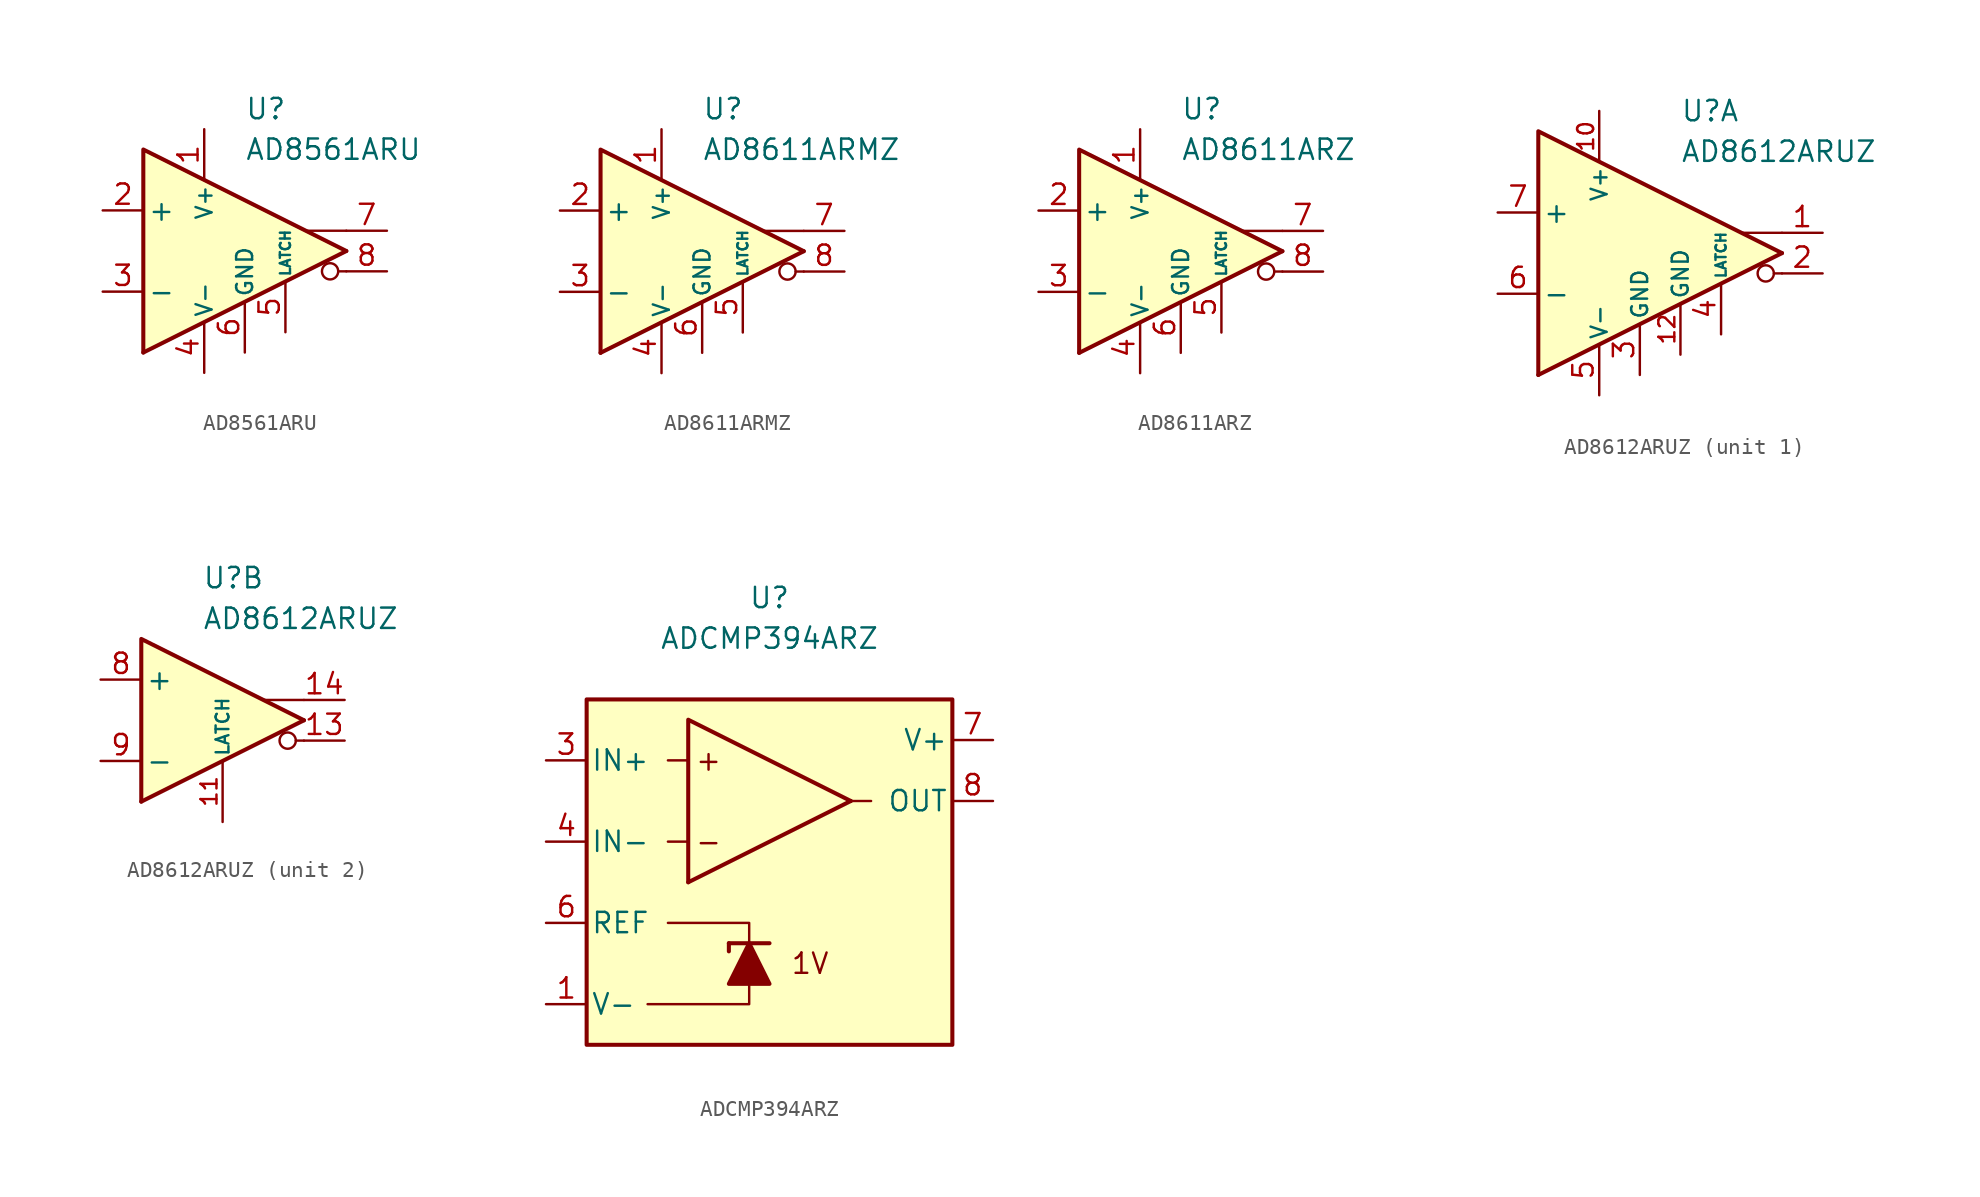
<source format=kicad_sym>
(kicad_symbol_lib
  (version 20211014)
  (generator kicad_symbol_editor)
  (symbol "AD8561ARU"
    (pin_names
      (offset 0.254))
    (property "Reference" "U"
      (at 0 8.89 0)
      (effects (font (size 1.27 1.27)) (justify left)))
    (property "Value" "AD8561ARU"
      (at 0 6.35 0)
      (effects (font (size 1.27 1.27)) (justify left)))
    (symbol "AD8561ARU_0_0"
      (polyline (pts (xy 6.35 -1.27) (xy 5.842 -1.27)) (stroke (width 0.152) (type default) (color 0 0 0 0)) (fill (type none)))
      (polyline (pts (xy 6.35 0) (xy -6.35 -6.35)) (stroke (width 0.254) (type default) (color 0 0 0 0)) (fill (type none)))
      (polyline (pts (xy 6.35 1.27) (xy 3.81 1.27)) (stroke (width 0.152) (type default) (color 0 0 0 0)) (fill (type none)))
      (polyline (pts (xy 6.35 0) (xy -6.35 6.35) (xy -6.35 -6.35)) (stroke (width 0.254) (type default) (color 0 0 0 0)) (fill (type background)))
      (circle (center 5.334 -1.27) (radius 0.508) (stroke (width 0.152) (type default) (color 0 0 0 0)) (fill (type none))))
    (symbol "AD8561ARU_1_1"
      (pin power_in line (at -2.54 7.62 270) (length 3.18) (name "V+" (effects (font (size 1 1)))) (number "1" (effects (font (size 1.27 1.27)))))
      (pin input line (at -8.89 2.54 0) (length 2.54) (name "+" (effects (font (size 1.27 1.27)))) (number "2" (effects (font (size 1.27 1.27)))))
      (pin input line (at -8.89 -2.54 0) (length 2.54) (name "-" (effects (font (size 1.27 1.27)))) (number "3" (effects (font (size 1.27 1.27)))))
      (pin power_in line (at -2.54 -7.62 90) (length 3.18) (name "V-" (effects (font (size 1 1)))) (number "4" (effects (font (size 1.27 1.27)))))
      (pin input line (at 2.54 -5.08 90) (length 3.18) (name "LATCH" (effects (font (size 0.635 0.635)))) (number "5" (effects (font (size 1.27 1.27)))))
      (pin power_in line (at 0 -6.35 90) (length 3.18) (name "GND" (effects (font (size 1 1)))) (number "6" (effects (font (size 1.27 1.27)))))
      (pin output line (at 8.89 1.27 180) (length 2.54) (name "~" (effects (font (size 1.27 1.27)))) (number "7" (effects (font (size 1.27 1.27)))))
      (pin output line (at 8.89 -1.27 180) (length 2.54) (name "~" (effects (font (size 1.27 1.27)))) (number "8" (effects (font (size 1.27 1.27)))))))
  (symbol "AD8611ARMZ"
    (pin_names
      (offset 0.254))
    (property "Reference" "U"
      (at 0 8.89 0)
      (effects (font (size 1.27 1.27)) (justify left)))
    (property "Value" "AD8611ARMZ"
      (at 0 6.35 0)
      (effects (font (size 1.27 1.27)) (justify left)))
    (symbol "AD8611ARMZ_0_0"
      (polyline (pts (xy 6.35 -1.27) (xy 5.842 -1.27)) (stroke (width 0.152) (type default) (color 0 0 0 0)) (fill (type none)))
      (polyline (pts (xy 6.35 0) (xy -6.35 -6.35)) (stroke (width 0.254) (type default) (color 0 0 0 0)) (fill (type none)))
      (polyline (pts (xy 6.35 1.27) (xy 3.81 1.27)) (stroke (width 0.152) (type default) (color 0 0 0 0)) (fill (type none)))
      (polyline (pts (xy 6.35 0) (xy -6.35 6.35) (xy -6.35 -6.35)) (stroke (width 0.254) (type default) (color 0 0 0 0)) (fill (type background)))
      (circle (center 5.334 -1.27) (radius 0.508) (stroke (width 0.152) (type default) (color 0 0 0 0)) (fill (type none))))
    (symbol "AD8611ARMZ_1_1"
      (pin power_in line (at -2.54 7.62 270) (length 3.18) (name "V+" (effects (font (size 1 1)))) (number "1" (effects (font (size 1.27 1.27)))))
      (pin input line (at -8.89 2.54 0) (length 2.54) (name "+" (effects (font (size 1.27 1.27)))) (number "2" (effects (font (size 1.27 1.27)))))
      (pin input line (at -8.89 -2.54 0) (length 2.54) (name "-" (effects (font (size 1.27 1.27)))) (number "3" (effects (font (size 1.27 1.27)))))
      (pin power_in line (at -2.54 -7.62 90) (length 3.18) (name "V-" (effects (font (size 1 1)))) (number "4" (effects (font (size 1.27 1.27)))))
      (pin input line (at 2.54 -5.08 90) (length 3.18) (name "LATCH" (effects (font (size 0.635 0.635)))) (number "5" (effects (font (size 1.27 1.27)))))
      (pin power_in line (at 0 -6.35 90) (length 3.18) (name "GND" (effects (font (size 1 1)))) (number "6" (effects (font (size 1.27 1.27)))))
      (pin output line (at 8.89 1.27 180) (length 2.54) (name "~" (effects (font (size 1.27 1.27)))) (number "7" (effects (font (size 1.27 1.27)))))
      (pin output line (at 8.89 -1.27 180) (length 2.54) (name "~" (effects (font (size 1.27 1.27)))) (number "8" (effects (font (size 1.27 1.27)))))))
  (symbol "AD8611ARZ"
    (pin_names
      (offset 0.254))
    (property "Reference" "U"
      (at 0 8.89 0)
      (effects (font (size 1.27 1.27)) (justify left)))
    (property "Value" "AD8611ARZ"
      (at 0 6.35 0)
      (effects (font (size 1.27 1.27)) (justify left)))
    (symbol "AD8611ARZ_0_0"
      (polyline (pts (xy 6.35 -1.27) (xy 5.842 -1.27)) (stroke (width 0.152) (type default) (color 0 0 0 0)) (fill (type none)))
      (polyline (pts (xy 6.35 0) (xy -6.35 -6.35)) (stroke (width 0.254) (type default) (color 0 0 0 0)) (fill (type none)))
      (polyline (pts (xy 6.35 1.27) (xy 3.81 1.27)) (stroke (width 0.152) (type default) (color 0 0 0 0)) (fill (type none)))
      (polyline (pts (xy 6.35 0) (xy -6.35 6.35) (xy -6.35 -6.35)) (stroke (width 0.254) (type default) (color 0 0 0 0)) (fill (type background)))
      (circle (center 5.334 -1.27) (radius 0.508) (stroke (width 0.152) (type default) (color 0 0 0 0)) (fill (type none))))
    (symbol "AD8611ARZ_1_1"
      (pin power_in line (at -2.54 7.62 270) (length 3.18) (name "V+" (effects (font (size 1 1)))) (number "1" (effects (font (size 1.27 1.27)))))
      (pin input line (at -8.89 2.54 0) (length 2.54) (name "+" (effects (font (size 1.27 1.27)))) (number "2" (effects (font (size 1.27 1.27)))))
      (pin input line (at -8.89 -2.54 0) (length 2.54) (name "-" (effects (font (size 1.27 1.27)))) (number "3" (effects (font (size 1.27 1.27)))))
      (pin power_in line (at -2.54 -7.62 90) (length 3.18) (name "V-" (effects (font (size 1 1)))) (number "4" (effects (font (size 1.27 1.27)))))
      (pin input line (at 2.54 -5.08 90) (length 3.18) (name "LATCH" (effects (font (size 0.635 0.635)))) (number "5" (effects (font (size 1.27 1.27)))))
      (pin power_in line (at 0 -6.35 90) (length 3.18) (name "GND" (effects (font (size 1 1)))) (number "6" (effects (font (size 1.27 1.27)))))
      (pin output line (at 8.89 1.27 180) (length 2.54) (name "~" (effects (font (size 1.27 1.27)))) (number "7" (effects (font (size 1.27 1.27)))))
      (pin output line (at 8.89 -1.27 180) (length 2.54) (name "~" (effects (font (size 1.27 1.27)))) (number "8" (effects (font (size 1.27 1.27)))))))
  (symbol "AD8612ARUZ"
    (pin_names
      (offset 0.254))
    (property "Reference" "U"
      (at 0 8.89 0)
      (effects (font (size 1.27 1.27)) (justify left)))
    (property "Value" "AD8612ARUZ"
      (at 0 6.35 0)
      (effects (font (size 1.27 1.27)) (justify left)))
    (property "ki_locked" ""
      (at 0 0 0)
      (effects (font (size 1.27 1.27))))
    (symbol "AD8612ARUZ_0_0"
      (polyline (pts (xy 6.35 -1.27) (xy 5.842 -1.27)) (stroke (width 0.152) (type default) (color 0 0 0 0)) (fill (type none)))
      (polyline (pts (xy 6.35 1.27) (xy 3.81 1.27)) (stroke (width 0.152) (type default) (color 0 0 0 0)) (fill (type none)))
      (circle (center 5.334 -1.27) (radius 0.508) (stroke (width 0.152) (type default) (color 0 0 0 0)) (fill (type none))))
    (symbol "AD8612ARUZ_1_0"
      (polyline (pts (xy 6.35 0) (xy -8.89 -7.62)) (stroke (width 0.254) (type default) (color 0 0 0 0)) (fill (type none)))
      (polyline (pts (xy 6.35 0) (xy -8.89 7.62) (xy -8.89 -7.62)) (stroke (width 0.254) (type default) (color 0 0 0 0)) (fill (type background))))
    (symbol "AD8612ARUZ_1_1"
      (pin output line (at 8.89 1.27 180) (length 2.54) (name "~" (effects (font (size 1.27 1.27)))) (number "1" (effects (font (size 1.27 1.27)))))
      (pin power_in line (at -5.08 8.89 270) (length 3.18) (name "V+" (effects (font (size 1 1)))) (number "10" (effects (font (size 1 1)))))
      (pin power_in line (at 0 -6.35 90) (length 3.18) (name "GND" (effects (font (size 1 1)))) (number "12" (effects (font (size 1 1)))))
      (pin output line (at 8.89 -1.27 180) (length 2.54) (name "~" (effects (font (size 1.27 1.27)))) (number "2" (effects (font (size 1.27 1.27)))))
      (pin power_in line (at -2.54 -7.62 90) (length 3.18) (name "GND" (effects (font (size 1 1)))) (number "3" (effects (font (size 1.27 1.27)))))
      (pin input line (at 2.54 -5.08 90) (length 3.18) (name "LATCH" (effects (font (size 0.635 0.635)))) (number "4" (effects (font (size 1.27 1.27)))))
      (pin power_in line (at -5.08 -8.89 90) (length 3.18) (name "V-" (effects (font (size 1 1)))) (number "5" (effects (font (size 1.27 1.27)))))
      (pin input line (at -11.43 -2.54 0) (length 2.54) (name "-" (effects (font (size 1.27 1.27)))) (number "6" (effects (font (size 1.27 1.27)))))
      (pin input line (at -11.43 2.54 0) (length 2.54) (name "+" (effects (font (size 1.27 1.27)))) (number "7" (effects (font (size 1.27 1.27))))))
    (symbol "AD8612ARUZ_2_0"
      (polyline (pts (xy 6.35 0) (xy -3.81 -5.08)) (stroke (width 0.254) (type default) (color 0 0 0 0)) (fill (type none)))
      (polyline (pts (xy 6.35 0) (xy -3.81 5.08) (xy -3.81 -5.08)) (stroke (width 0.254) (type default) (color 0 0 0 0)) (fill (type background))))
    (symbol "AD8612ARUZ_2_1"
      (pin input line (at 1.27 -6.35 90) (length 3.81) (name "LATCH" (effects (font (size 0.8 0.8)))) (number "11" (effects (font (size 1 1)))))
      (pin output line (at 8.89 -1.27 180) (length 2.54) (name "~" (effects (font (size 1.27 1.27)))) (number "13" (effects (font (size 1.27 1.27)))))
      (pin output line (at 8.89 1.27 180) (length 2.54) (name "~" (effects (font (size 1.27 1.27)))) (number "14" (effects (font (size 1.27 1.27)))))
      (pin input line (at -6.35 2.54 0) (length 2.54) (name "+" (effects (font (size 1.27 1.27)))) (number "8" (effects (font (size 1.27 1.27)))))
      (pin input line (at -6.35 -2.54 0) (length 2.54) (name "-" (effects (font (size 1.27 1.27)))) (number "9" (effects (font (size 1.27 1.27)))))))
  (symbol "ADCMP394ARZ"
    (pin_names
      (offset 0.254))
    (property "Reference" "U"
      (at 0 16.51 0)
      (effects (font (size 1.27 1.27))))
    (property "Value" "ADCMP394ARZ"
      (at 0 13.97 0)
      (effects (font (size 1.27 1.27))))
    (symbol "ADCMP394ARZ_0_0"
      (polyline (pts (xy 5.08 3.81) (xy -5.08 -1.27)) (stroke (width 0.254) (type default) (color 0 0 0 0)) (fill (type none)))
      (polyline (pts (xy 5.08 3.81) (xy -5.08 8.89) (xy -5.08 -1.27)) (stroke (width 0.254) (type default) (color 0 0 0 0)) (fill (type background)))
      (text "+" (at -3.81 6.35 0) (effects (font (size 1.27 1.27))))
      (text "-" (at -3.81 1.27 0) (effects (font (size 1.27 1.27))))
      (text "1V" (at 2.54 -6.35 0) (effects (font (size 1.27 1.27)))))
    (symbol "ADCMP394ARZ_0_1"
      (rectangle (start -11.43 10.16) (end 11.43 -11.43) (stroke (width 0.254) (type default) (color 0 0 0 0)) (fill (type background)))
      (polyline (pts (xy -5.08 1.27) (xy -6.35 1.27)) (stroke (width 0) (type default) (color 0 0 0 0)) (fill (type none)))
      (polyline (pts (xy -5.08 6.35) (xy -6.35 6.35)) (stroke (width 0) (type default) (color 0 0 0 0)) (fill (type none)))
      (polyline (pts (xy -2.54 -5.08) (xy -2.54 -5.588)) (stroke (width 0.254) (type default) (color 0 0 0 0)) (fill (type none)))
      (polyline (pts (xy -2.54 -5.08) (xy 0 -5.08)) (stroke (width 0.254) (type default) (color 0 0 0 0)) (fill (type none)))
      (polyline (pts (xy 5.08 3.81) (xy 6.35 3.81)) (stroke (width 0) (type default) (color 0 0 0 0)) (fill (type none)))
      (polyline (pts (xy -1.27 -7.62) (xy -1.27 -8.89) (xy -7.62 -8.89)) (stroke (width 0) (type default) (color 0 0 0 0)) (fill (type none)))
      (polyline (pts (xy -1.27 -5.08) (xy -1.27 -3.81) (xy -6.35 -3.81)) (stroke (width 0) (type default) (color 0 0 0 0)) (fill (type none)))
      (polyline (pts (xy 0 -7.62) (xy -2.54 -7.62) (xy -1.27 -5.08) (xy 0 -7.62)) (stroke (width 0.254) (type default) (color 0 0 0 0)) (fill (type outline))))
    (symbol "ADCMP394ARZ_1_1"
      (pin power_in line (at -13.97 -8.89 0) (length 2.54) (name "V-" (effects (font (size 1.27 1.27)))) (number "1" (effects (font (size 1.27 1.27)))))
      (pin no_connect line (at 5.08 -6.35 0) (length 2.54) hide (name "NC" (effects (font (size 1.27 1.27)))) (number "2" (effects (font (size 1.27 1.27)))))
      (pin input line (at -13.97 6.35 0) (length 2.54) (name "IN+" (effects (font (size 1.27 1.27)))) (number "3" (effects (font (size 1.27 1.27)))))
      (pin input line (at -13.97 1.27 0) (length 2.54) (name "IN-" (effects (font (size 1.27 1.27)))) (number "4" (effects (font (size 1.27 1.27)))))
      (pin no_connect line (at 5.08 -8.89 0) (length 2.54) hide (name "NC" (effects (font (size 1.27 1.27)))) (number "5" (effects (font (size 1.27 1.27)))))
      (pin output line (at -13.97 -3.81 0) (length 2.54) (name "REF" (effects (font (size 1.27 1.27)))) (number "6" (effects (font (size 1.27 1.27)))))
      (pin power_in line (at 13.97 7.62 180) (length 2.54) (name "V+" (effects (font (size 1.27 1.27)))) (number "7" (effects (font (size 1.27 1.27)))))
      (pin output line (at 13.97 3.81 180) (length 2.54) (name "OUT" (effects (font (size 1.27 1.27)))) (number "8" (effects (font (size 1.27 1.27))))))))
</source>
